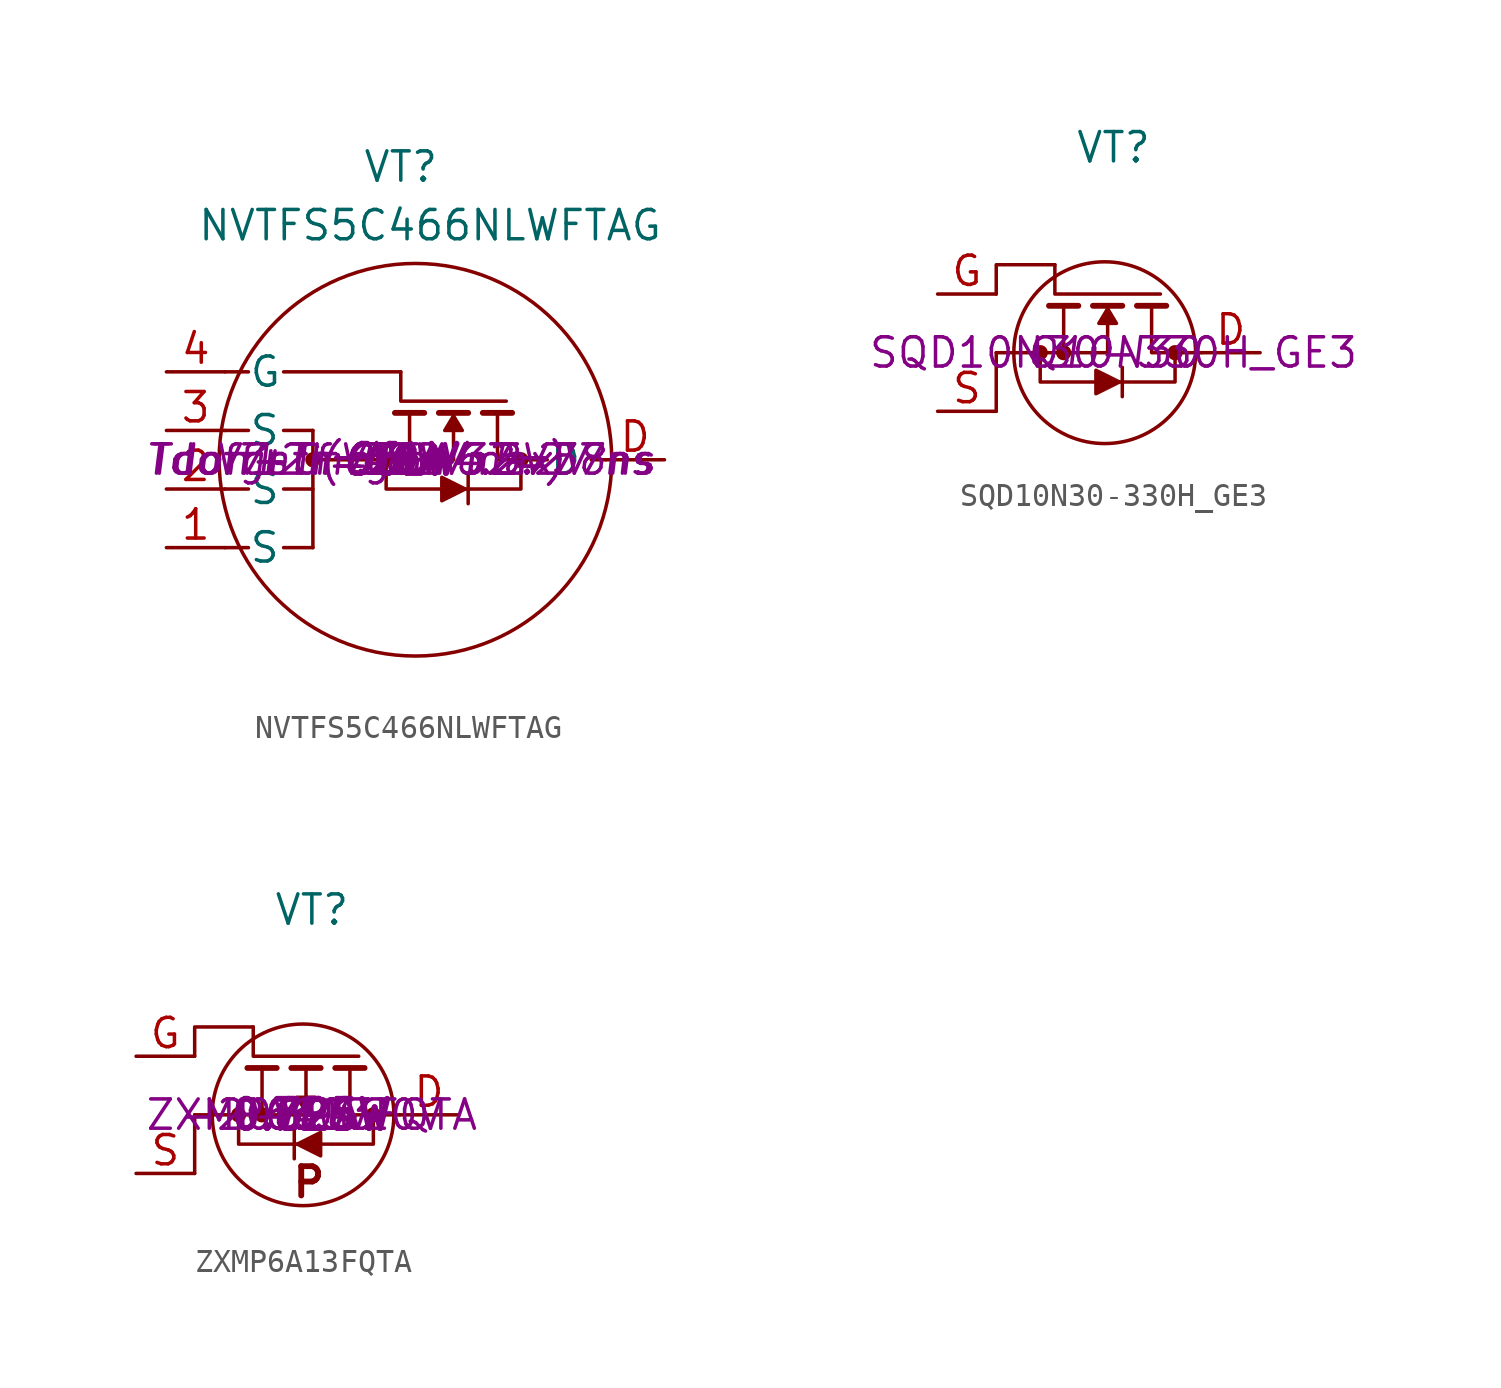
<source format=kicad_sym>
(kicad_symbol_lib
  (version 20211014)
  (generator kicad_symbol_editor)
  (symbol "NVTFS5C466NLWFTAG"
    (pin_names
      (offset 1.016))
    (property "Reference" "VT"
      (at 0 12.7 0)
      (effects (font (size 1.27 1.27))))
    (property "Value" "NVTFS5C466NLWFTAG"
      (at 1.27 10.16 0)
      (effects (font (size 1.27 1.27))))
    (property "Mark" "66LW"
      (at 0 0 0)
      (effects (font (size 1.27 1.27) bold italic)))
    (property "Vds" "40V"
      (at 0 0 0)
      (effects (font (size 1.27 1.27) italic)))
    (property "Id" "51A"
      (at 0 0 0)
      (effects (font (size 1.27 1.27) italic)))
    (property "Pwr" "38W"
      (at 0 0 0)
      (effects (font (size 1.27 1.27) italic)))
    (property "Vgsth" "Vgsth=1.2V..2.2V"
      (at 0 0 0)
      (effects (font (size 1.27 1.27) italic)))
    (property "Qgtot" "7nC(Vgs=4.5V)"
      (at 0 0 0)
      (effects (font (size 1.27 1.27) italic)))
    (property "Ton" "Tdon+Tr=10+67=77ns"
      (at 0 0 0)
      (effects (font (size 1.27 1.27) italic)))
    (property "Toff" "Tdoff+Tf=26+32=58ns"
      (at 0 0 0)
      (effects (font (size 1.27 1.27) italic)))
    (property "Rdc" "12mOhm max"
      (at 0 0 0)
      (effects (font (size 1.27 1.27) italic)))
    (symbol "NVTFS5C466NLWFTAG_0_1"
      (circle (center -3.81 0) (radius 0.254) (stroke (width 0) (type default) (color 0 0 0 0)) (fill (type outline)))
      (circle (center -0.635 0) (radius 0.254) (stroke (width 0) (type default) (color 0 0 0 0)) (fill (type outline)))
      (polyline (pts (xy -6.604 -3.81) (xy -7.62 -3.81)) (stroke (width 0) (type default) (color 0 0 0 0)) (fill (type none)))
      (polyline (pts (xy -6.604 -1.27) (xy -7.62 -1.27)) (stroke (width 0) (type default) (color 0 0 0 0)) (fill (type none)))
      (polyline (pts (xy -6.604 1.27) (xy -7.62 1.27)) (stroke (width 0) (type default) (color 0 0 0 0)) (fill (type none)))
      (polyline (pts (xy -6.604 3.81) (xy -7.62 3.81)) (stroke (width 0) (type default) (color 0 0 0 0)) (fill (type none)))
      (polyline (pts (xy -5.08 -3.81) (xy -3.81 -3.81)) (stroke (width 0) (type default) (color 0 0 0 0)) (fill (type none)))
      (polyline (pts (xy -5.08 -1.27) (xy -3.81 -1.27)) (stroke (width 0) (type default) (color 0 0 0 0)) (fill (type none)))
      (polyline (pts (xy -5.08 1.27) (xy -3.81 1.27)) (stroke (width 0) (type default) (color 0 0 0 0)) (fill (type none)))
      (polyline (pts (xy -3.81 1.27) (xy -3.81 -3.81)) (stroke (width 0) (type default) (color 0 0 0 0)) (fill (type none)))
      (polyline (pts (xy -0.254 2.032) (xy 1.016 2.032)) (stroke (width 0.254) (type default) (color 0 0 0 0)) (fill (type none)))
      (polyline (pts (xy 0 3.81) (xy -5.08 3.81)) (stroke (width 0) (type default) (color 0 0 0 0)) (fill (type none)))
      (polyline (pts (xy 0.381 2.032) (xy 0.381 0)) (stroke (width 0) (type default) (color 0 0 0 0)) (fill (type none)))
      (polyline (pts (xy 1.651 2.032) (xy 2.921 2.032)) (stroke (width 0.254) (type default) (color 0 0 0 0)) (fill (type none)))
      (polyline (pts (xy 2.286 0) (xy -3.81 0)) (stroke (width 0) (type default) (color 0 0 0 0)) (fill (type none)))
      (polyline (pts (xy 2.286 2.032) (xy 2.286 0)) (stroke (width 0) (type default) (color 0 0 0 0)) (fill (type none)))
      (polyline (pts (xy 2.921 -0.635) (xy 2.921 -1.905)) (stroke (width 0) (type default) (color 0 0 0 0)) (fill (type none)))
      (polyline (pts (xy 3.556 2.032) (xy 4.826 2.032)) (stroke (width 0.254) (type default) (color 0 0 0 0)) (fill (type none)))
      (polyline (pts (xy 8.89 0) (xy 8.255 0)) (stroke (width 0) (type default) (color 0 0 0 0)) (fill (type none)))
      (polyline (pts (xy 0 3.81) (xy 0 2.54) (xy 4.572 2.54)) (stroke (width 0) (type default) (color 0 0 0 0)) (fill (type none)))
      (polyline (pts (xy 4.191 2.032) (xy 4.191 0) (xy 6.35 0)) (stroke (width 0) (type default) (color 0 0 0 0)) (fill (type none)))
      (polyline (pts (xy 2.286 1.905) (xy 1.905 1.27) (xy 2.667 1.27) (xy 2.286 1.905)) (stroke (width 0) (type default) (color 0 0 0 0)) (fill (type outline)))
      (polyline (pts (xy 2.794 -1.27) (xy 1.778 -0.762) (xy 1.778 -1.778) (xy 2.794 -1.27)) (stroke (width 0) (type default) (color 0 0 0 0)) (fill (type outline)))
      (polyline (pts (xy 5.207 0) (xy 5.207 -1.27) (xy -0.635 -1.27) (xy -0.635 0)) (stroke (width 0) (type default) (color 0 0 0 0)) (fill (type none)))
      (circle (center 0.381 0) (radius 0.254) (stroke (width 0) (type default) (color 0 0 0 0)) (fill (type outline)))
      (circle (center 0.635 0) (radius 8.509) (stroke (width 0) (type default) (color 0 0 0 0)) (fill (type none)))
      (circle (center 5.207 0) (radius 0.254) (stroke (width 0) (type default) (color 0 0 0 0)) (fill (type outline))))
    (symbol "NVTFS5C466NLWFTAG_1_1"
      (pin passive line (at -10.16 -3.81 0) (length 2.54) (name "S" (effects (font (size 1.27 1.27)))) (number "1" (effects (font (size 1.27 1.27)))))
      (pin passive line (at -10.16 -1.27 0) (length 2.54) (name "S" (effects (font (size 1.27 1.27)))) (number "2" (effects (font (size 1.27 1.27)))))
      (pin passive line (at -10.16 1.27 0) (length 2.54) (name "S" (effects (font (size 1.27 1.27)))) (number "3" (effects (font (size 1.27 1.27)))))
      (pin passive line (at -10.16 3.81 0) (length 2.54) (name "G" (effects (font (size 1.27 1.27)))) (number "4" (effects (font (size 1.27 1.27)))))
      (pin passive line (at 11.43 0 180) (length 2.54) (name "D" (effects (font (size 1.27 1.27)))) (number "D" (effects (font (size 1.27 1.27)))))))
  (symbol "SQD10N30-330H_GE3"
    (pin_names
      (offset 1.016) hide)
    (property "Reference" "VT"
      (at 0 8.89 0)
      (effects (font (size 1.27 1.27))))
    (property "p/n" "SQD10N30-330H_GE3"
      (at 0 0 0)
      (effects (font (size 1.27 1.27))))
    (property "Mark" "Q10N30"
      (at 0 0 0)
      (effects (font (size 1.27 1.27) italic)))
    (symbol "SQD10N30-330H_GE3_0_1"
      (circle (center -3.175 0) (radius 0.254) (stroke (width 0) (type default) (color 0 0 0 0)) (fill (type outline)))
      (circle (center -2.159 0) (radius 0.254) (stroke (width 0) (type default) (color 0 0 0 0)) (fill (type outline)))
      (circle (center -0.381 0) (radius 3.937) (stroke (width 0) (type default) (color 0 0 0 0)) (fill (type none)))
      (polyline (pts (xy -5.08 0) (xy -5.08 -2.54)) (stroke (width 0) (type default) (color 0 0 0 0)) (fill (type none)))
      (polyline (pts (xy -2.794 2.032) (xy -1.524 2.032)) (stroke (width 0.254) (type default) (color 0 0 0 0)) (fill (type none)))
      (polyline (pts (xy -2.159 2.032) (xy -2.159 0)) (stroke (width 0) (type default) (color 0 0 0 0)) (fill (type none)))
      (polyline (pts (xy -0.889 2.032) (xy 0.381 2.032)) (stroke (width 0.254) (type default) (color 0 0 0 0)) (fill (type none)))
      (polyline (pts (xy -0.254 0) (xy -5.08 0)) (stroke (width 0) (type default) (color 0 0 0 0)) (fill (type none)))
      (polyline (pts (xy -0.254 2.032) (xy -0.254 0)) (stroke (width 0) (type default) (color 0 0 0 0)) (fill (type none)))
      (polyline (pts (xy 0.381 -0.635) (xy 0.381 -1.905)) (stroke (width 0) (type default) (color 0 0 0 0)) (fill (type none)))
      (polyline (pts (xy 1.016 2.032) (xy 2.286 2.032)) (stroke (width 0.254) (type default) (color 0 0 0 0)) (fill (type none)))
      (polyline (pts (xy -2.54 3.81) (xy -5.08 3.81) (xy -5.08 2.54)) (stroke (width 0) (type default) (color 0 0 0 0)) (fill (type none)))
      (polyline (pts (xy -2.54 3.81) (xy -2.54 2.54) (xy 2.032 2.54)) (stroke (width 0) (type default) (color 0 0 0 0)) (fill (type none)))
      (polyline (pts (xy 1.651 2.032) (xy 1.651 0) (xy 3.81 0)) (stroke (width 0) (type default) (color 0 0 0 0)) (fill (type none)))
      (polyline (pts (xy -0.254 1.905) (xy -0.635 1.27) (xy 0.127 1.27) (xy -0.254 1.905)) (stroke (width 0) (type default) (color 0 0 0 0)) (fill (type outline)))
      (polyline (pts (xy 0.254 -1.27) (xy -0.762 -0.762) (xy -0.762 -1.778) (xy 0.254 -1.27)) (stroke (width 0) (type default) (color 0 0 0 0)) (fill (type outline)))
      (polyline (pts (xy 2.667 0) (xy 2.667 -1.27) (xy -3.175 -1.27) (xy -3.175 0)) (stroke (width 0) (type default) (color 0 0 0 0)) (fill (type none)))
      (circle (center 2.667 0) (radius 0.254) (stroke (width 0) (type default) (color 0 0 0 0)) (fill (type outline))))
    (symbol "SQD10N30-330H_GE3_1_1"
      (pin passive line (at 6.35 0 180) (length 2.54) (name "D" (effects (font (size 1.27 1.27)))) (number "D" (effects (font (size 1.27 1.27)))))
      (pin passive line (at -7.62 2.54 0) (length 2.54) (name "G" (effects (font (size 1.27 1.27)))) (number "G" (effects (font (size 1.27 1.27)))))
      (pin passive line (at -7.62 -2.54 0) (length 2.54) (name "S" (effects (font (size 1.27 1.27)))) (number "S" (effects (font (size 1.27 1.27)))))))
  (symbol "ZXMP6A13FQTA"
    (pin_names
      (offset 1.016) hide)
    (property "Reference" "VT"
      (at 0 8.89 0)
      (effects (font (size 1.27 1.27))))
    (property "Mark" "7P6"
      (at 0 0 0)
      (effects (font (size 1.27 1.27) bold italic)))
    (property "p/n" "ZXMP6A13FQTA"
      (at 0 0 0)
      (effects (font (size 1.27 1.27))))
    (property "Vds" "-60V"
      (at 0 0 0)
      (effects (font (size 1.27 1.27))))
    (property "Id" "0.9A"
      (at 0 0 0)
      (effects (font (size 1.27 1.27))))
    (property "Vgs" "-20V..+20V"
      (at 0 0 0)
      (effects (font (size 1.27 1.27))))
    (property "Pwr" "0.625W"
      (at 0 0 0)
      (effects (font (size 1.27 1.27) bold)))
    (symbol "ZXMP6A13FQTA_0_0"
      (text "P" (at -0.127 -2.921 0) (effects (font (size 1.27 1.27) bold))))
    (symbol "ZXMP6A13FQTA_0_1"
      (circle (center -3.175 0) (radius 0.254) (stroke (width 0) (type default) (color 0 0 0 0)) (fill (type outline)))
      (circle (center -2.159 0) (radius 0.254) (stroke (width 0) (type default) (color 0 0 0 0)) (fill (type outline)))
      (circle (center -0.381 0) (radius 3.937) (stroke (width 0) (type default) (color 0 0 0 0)) (fill (type none)))
      (polyline (pts (xy -5.08 0) (xy -5.08 -2.54)) (stroke (width 0) (type default) (color 0 0 0 0)) (fill (type none)))
      (polyline (pts (xy -2.794 2.032) (xy -1.524 2.032)) (stroke (width 0.254) (type default) (color 0 0 0 0)) (fill (type none)))
      (polyline (pts (xy -2.159 2.032) (xy -2.159 0)) (stroke (width 0) (type default) (color 0 0 0 0)) (fill (type none)))
      (polyline (pts (xy -0.889 2.032) (xy 0.381 2.032)) (stroke (width 0.254) (type default) (color 0 0 0 0)) (fill (type none)))
      (polyline (pts (xy -0.762 -0.635) (xy -0.762 -1.905)) (stroke (width 0) (type default) (color 0 0 0 0)) (fill (type none)))
      (polyline (pts (xy -0.254 0) (xy -5.08 0)) (stroke (width 0) (type default) (color 0 0 0 0)) (fill (type none)))
      (polyline (pts (xy -0.254 2.032) (xy -0.254 0)) (stroke (width 0) (type default) (color 0 0 0 0)) (fill (type none)))
      (polyline (pts (xy 1.016 2.032) (xy 2.286 2.032)) (stroke (width 0.254) (type default) (color 0 0 0 0)) (fill (type none)))
      (polyline (pts (xy -2.54 3.81) (xy -5.08 3.81) (xy -5.08 2.54)) (stroke (width 0) (type default) (color 0 0 0 0)) (fill (type none)))
      (polyline (pts (xy -2.54 3.81) (xy -2.54 2.54) (xy 2.032 2.54)) (stroke (width 0) (type default) (color 0 0 0 0)) (fill (type none)))
      (polyline (pts (xy 1.651 2.032) (xy 1.651 0) (xy 3.81 0)) (stroke (width 0) (type default) (color 0 0 0 0)) (fill (type none)))
      (polyline (pts (xy -0.635 -1.27) (xy 0.381 -1.778) (xy 0.381 -0.762) (xy -0.635 -1.27)) (stroke (width 0) (type default) (color 0 0 0 0)) (fill (type outline)))
      (polyline (pts (xy -0.254 0.127) (xy 0.127 0.762) (xy -0.635 0.762) (xy -0.254 0.127)) (stroke (width 0) (type default) (color 0 0 0 0)) (fill (type outline)))
      (polyline (pts (xy 2.667 0) (xy 2.667 -1.27) (xy -3.175 -1.27) (xy -3.175 0)) (stroke (width 0) (type default) (color 0 0 0 0)) (fill (type none)))
      (circle (center 2.667 0) (radius 0.254) (stroke (width 0) (type default) (color 0 0 0 0)) (fill (type outline))))
    (symbol "ZXMP6A13FQTA_1_1"
      (pin passive line (at 6.35 0 180) (length 2.54) (name "D" (effects (font (size 1.27 1.27)))) (number "D" (effects (font (size 1.27 1.27)))))
      (pin passive line (at -7.62 2.54 0) (length 2.54) (name "G" (effects (font (size 1.27 1.27)))) (number "G" (effects (font (size 1.27 1.27)))))
      (pin passive line (at -7.62 -2.54 0) (length 2.54) (name "S" (effects (font (size 1.27 1.27)))) (number "S" (effects (font (size 1.27 1.27))))))))
</source>
